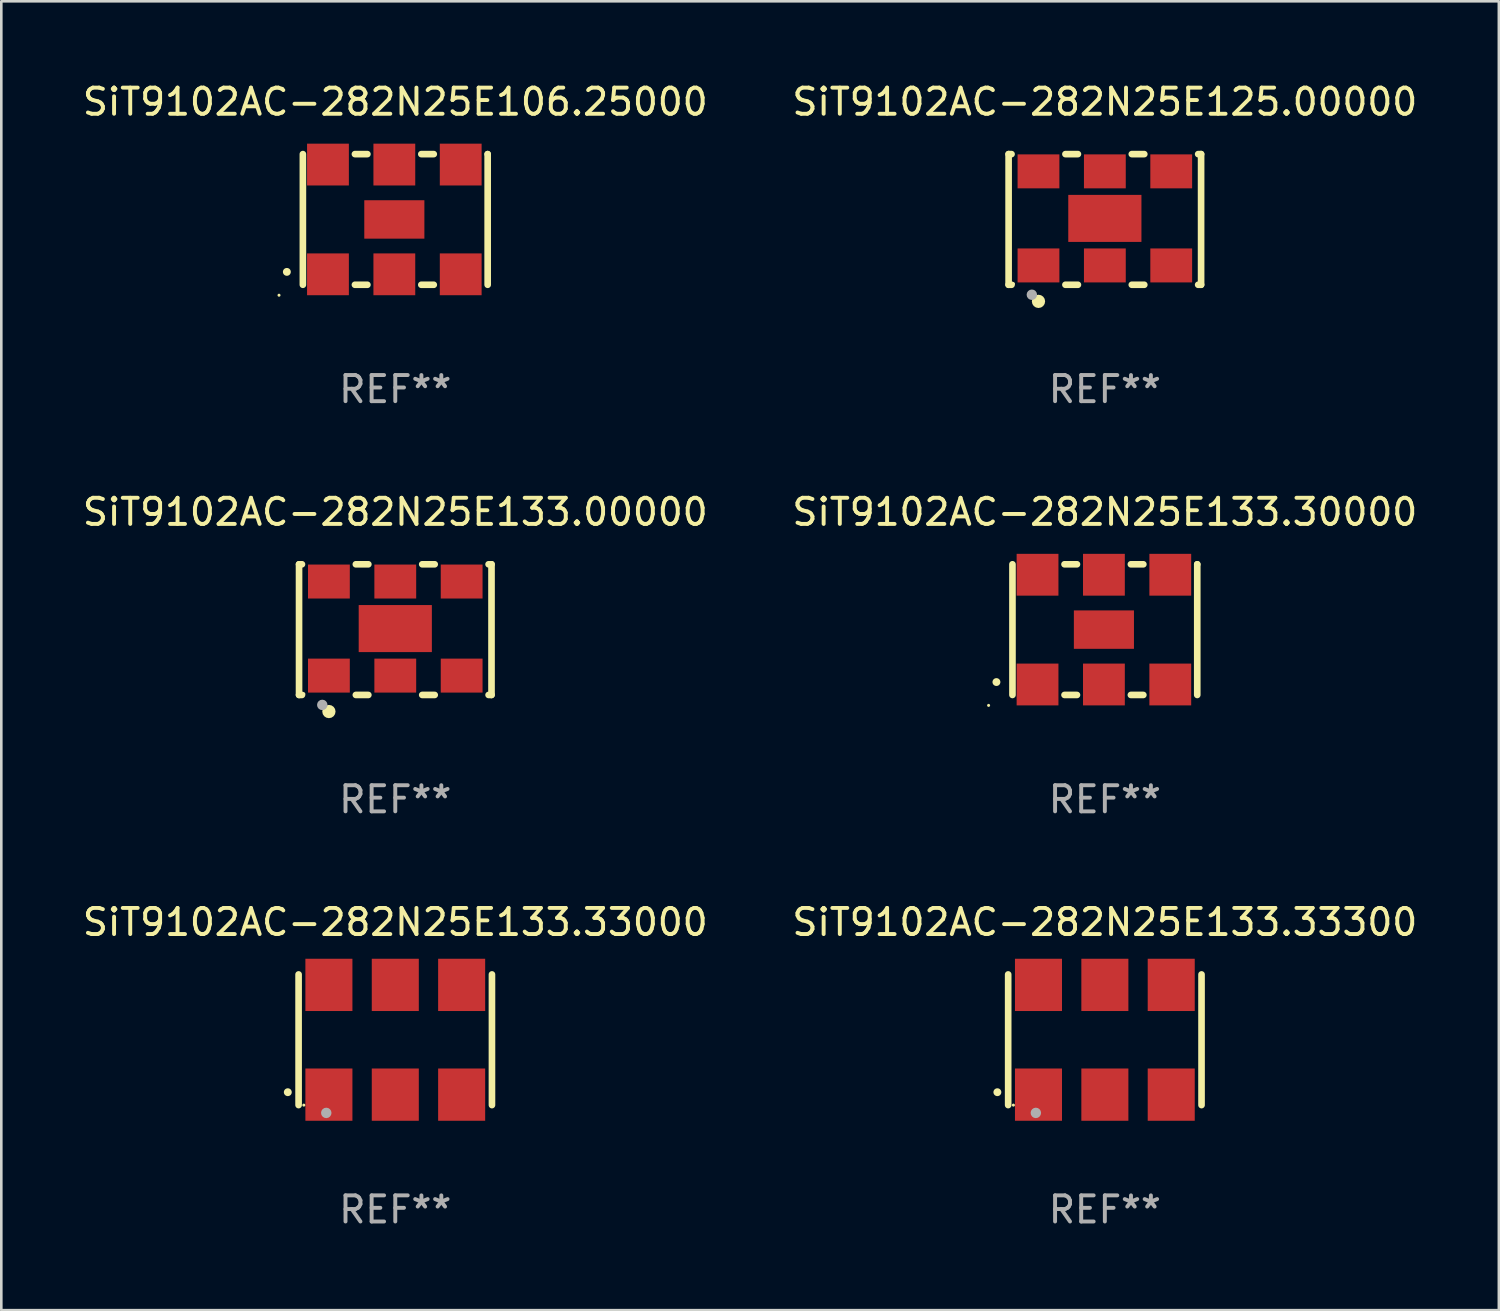
<source format=kicad_pcb>
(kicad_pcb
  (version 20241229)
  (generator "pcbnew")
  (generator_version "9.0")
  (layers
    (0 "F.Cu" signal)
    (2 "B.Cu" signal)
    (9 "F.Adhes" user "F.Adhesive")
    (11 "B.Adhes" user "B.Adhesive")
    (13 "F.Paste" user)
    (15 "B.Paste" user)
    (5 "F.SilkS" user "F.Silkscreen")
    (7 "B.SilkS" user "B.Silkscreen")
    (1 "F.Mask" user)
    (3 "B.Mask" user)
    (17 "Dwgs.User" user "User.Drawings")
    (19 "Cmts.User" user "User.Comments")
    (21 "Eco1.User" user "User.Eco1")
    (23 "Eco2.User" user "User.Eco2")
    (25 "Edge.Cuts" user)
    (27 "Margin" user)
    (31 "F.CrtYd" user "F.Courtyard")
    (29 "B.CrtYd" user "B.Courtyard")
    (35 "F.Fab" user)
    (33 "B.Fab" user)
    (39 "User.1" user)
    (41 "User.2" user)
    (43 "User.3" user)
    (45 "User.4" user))
  (footprint "SiT9102AC-282N25E133.33300"
    (layer "F.Cu")
    (at 39.232 36.741)
    (property "Reference" "SiT9102AC-282N25E133.33300" (at 0 -4.5 0) (layer "F.SilkS") (effects (font (size 1 1) (thickness 0.15))))
    (attr through_hole)
    (fp_line (start -3.7 -2.5) (end -3.7 2.5) (stroke (width 0.254) (type solid)) (layer "F.SilkS"))
    (fp_line (start 3.7 -2.5) (end 3.7 2.5) (stroke (width 0.254) (type solid)) (layer "F.SilkS"))
    (fp_arc (start -4.114415 2.006604) (mid -4.113145 2.006599) (end -4.111875 2.006604) (stroke (width 0.3) (type solid)) (layer "F.SilkS"))
    (fp_circle (center -3.5 2.501) (end -3.47 2.501) (stroke (width 0.06) (type solid)) (fill no) (layer "F.SilkS"))
    (fp_circle (center -2.641 2.799) (end -2.541 2.799) (stroke (width 0.2) (type solid)) (fill no) (layer "F.Fab"))
    (fp_text user "REF**" (at 0 6.5 0) (layer "F.Fab") (effects (font (size 1 1) (thickness 0.15))))
    (pad "1" smd rect (at -2.54 2.1) (size 1.8 2) (layers "F.Cu" "F.Mask" "F.Paste"))
    (pad "2" smd rect (at 0.000394 2.1) (size 1.8 2) (layers "F.Cu" "F.Mask" "F.Paste"))
    (pad "3" smd rect (at 2.54 2.1) (size 1.8 2) (layers "F.Cu" "F.Mask" "F.Paste"))
    (pad "4" smd rect (at 2.54 -2.1) (size 1.8 2) (layers "F.Cu" "F.Mask" "F.Paste"))
    (pad "5" smd rect (at 0.000394 -2.1) (size 1.8 2) (layers "F.Cu" "F.Mask" "F.Paste"))
    (pad "6" smd rect (at -2.54 -2.1) (size 1.8 2) (layers "F.Cu" "F.Mask" "F.Paste")))
  (footprint "SiT9102AC-282N25E133.30000"
    (layer "F.Cu")
    (at 39.232 21.045)
    (property "Reference" "SiT9102AC-282N25E133.30000" (at 0 -4.5 0) (layer "F.SilkS") (effects (font (size 1 1) (thickness 0.15))))
    (attr through_hole)
    (fp_line (start -3.536 -2.5) (end -3.536 2.5) (stroke (width 0.254) (type solid)) (layer "F.SilkS"))
    (fp_line (start -1.544 2.5) (end -1.067 2.5) (stroke (width 0.254) (type solid)) (layer "F.SilkS"))
    (fp_line (start -1.067 -2.5) (end -1.544 -2.5) (stroke (width 0.254) (type solid)) (layer "F.SilkS"))
    (fp_line (start 0.996 2.5) (end 1.473 2.5) (stroke (width 0.254) (type solid)) (layer "F.SilkS"))
    (fp_line (start 1.473 -2.5) (end 0.996 -2.5) (stroke (width 0.254) (type solid)) (layer "F.SilkS"))
    (fp_line (start 3.536 -2.5) (end 3.536 -2.5) (stroke (width 0.254) (type solid)) (layer "F.SilkS"))
    (fp_line (start 3.536 2.5) (end 3.536 -2.5) (stroke (width 0.254) (type solid)) (layer "F.SilkS"))
    (fp_arc (start -4.150432 2.006604) (mid -4.149162 2.006599) (end -4.147892 2.006604) (stroke (width 0.3) (type solid)) (layer "F.SilkS"))
    (fp_circle (center -4.449 2.9) (end -4.419 2.9) (stroke (width 0.06) (type solid)) (fill no) (layer "F.SilkS"))
    (fp_text user "REF**" (at 0 6.5 0) (layer "F.Fab") (effects (font (size 1 1) (thickness 0.15))))
    (pad "1" smd rect (at -2.576 2.1) (size 1.6 1.6) (layers "F.Cu" "F.Mask" "F.Paste"))
    (pad "2" smd rect (at -0.036 2.1) (size 1.6 1.6) (layers "F.Cu" "F.Mask" "F.Paste"))
    (pad "3" smd rect (at 2.504 2.1) (size 1.6 1.6) (layers "F.Cu" "F.Mask" "F.Paste"))
    (pad "4" smd rect (at 2.504 -2.1) (size 1.6 1.6) (layers "F.Cu" "F.Mask" "F.Paste"))
    (pad "5" smd rect (at -0.036 -2.1) (size 1.6 1.6) (layers "F.Cu" "F.Mask" "F.Paste"))
    (pad "6" smd rect (at -2.576 -2.1) (size 1.6 1.6) (layers "F.Cu" "F.Mask" "F.Paste"))
    (pad "7" smd rect (at -0.036 0) (size 2.3 1.47) (layers "F.Cu" "F.Mask" "F.Paste")))
  (footprint "SiT9102AC-282N25E106.25000"
    (layer "F.Cu")
    (at 12.077 5.348)
    (property "Reference" "SiT9102AC-282N25E106.25000" (at 0 -4.5 0) (layer "F.SilkS") (effects (font (size 1 1) (thickness 0.15))))
    (attr through_hole)
    (fp_line (start -3.536 -2.5) (end -3.536 2.5) (stroke (width 0.254) (type solid)) (layer "F.SilkS"))
    (fp_line (start -1.544 2.5) (end -1.067 2.5) (stroke (width 0.254) (type solid)) (layer "F.SilkS"))
    (fp_line (start -1.067 -2.5) (end -1.544 -2.5) (stroke (width 0.254) (type solid)) (layer "F.SilkS"))
    (fp_line (start 0.996 2.5) (end 1.473 2.5) (stroke (width 0.254) (type solid)) (layer "F.SilkS"))
    (fp_line (start 1.473 -2.5) (end 0.996 -2.5) (stroke (width 0.254) (type solid)) (layer "F.SilkS"))
    (fp_line (start 3.536 -2.5) (end 3.536 -2.5) (stroke (width 0.254) (type solid)) (layer "F.SilkS"))
    (fp_line (start 3.536 2.5) (end 3.536 -2.5) (stroke (width 0.254) (type solid)) (layer "F.SilkS"))
    (fp_arc (start -4.150432 2.006604) (mid -4.149162 2.006599) (end -4.147892 2.006604) (stroke (width 0.3) (type solid)) (layer "F.SilkS"))
    (fp_circle (center -4.449 2.9) (end -4.419 2.9) (stroke (width 0.06) (type solid)) (fill no) (layer "F.SilkS"))
    (fp_text user "REF**" (at 0 6.5 0) (layer "F.Fab") (effects (font (size 1 1) (thickness 0.15))))
    (pad "1" smd rect (at -2.576 2.1) (size 1.6 1.6) (layers "F.Cu" "F.Mask" "F.Paste"))
    (pad "2" smd rect (at -0.036 2.1) (size 1.6 1.6) (layers "F.Cu" "F.Mask" "F.Paste"))
    (pad "3" smd rect (at 2.504 2.1) (size 1.6 1.6) (layers "F.Cu" "F.Mask" "F.Paste"))
    (pad "4" smd rect (at 2.504 -2.1) (size 1.6 1.6) (layers "F.Cu" "F.Mask" "F.Paste"))
    (pad "5" smd rect (at -0.036 -2.1) (size 1.6 1.6) (layers "F.Cu" "F.Mask" "F.Paste"))
    (pad "6" smd rect (at -2.576 -2.1) (size 1.6 1.6) (layers "F.Cu" "F.Mask" "F.Paste"))
    (pad "7" smd rect (at -0.036 0) (size 2.3 1.47) (layers "F.Cu" "F.Mask" "F.Paste")))
  (footprint "SiT9102AC-282N25E133.33000"
    (layer "F.Cu")
    (at 12.077 36.741)
    (property "Reference" "SiT9102AC-282N25E133.33000" (at 0 -4.5 0) (layer "F.SilkS") (effects (font (size 1 1) (thickness 0.15))))
    (attr through_hole)
    (fp_line (start -3.7 -2.5) (end -3.7 2.5) (stroke (width 0.254) (type solid)) (layer "F.SilkS"))
    (fp_line (start 3.7 -2.5) (end 3.7 2.5) (stroke (width 0.254) (type solid)) (layer "F.SilkS"))
    (fp_arc (start -4.114415 2.006604) (mid -4.113145 2.006599) (end -4.111875 2.006604) (stroke (width 0.3) (type solid)) (layer "F.SilkS"))
    (fp_circle (center -3.5 2.501) (end -3.47 2.501) (stroke (width 0.06) (type solid)) (fill no) (layer "F.SilkS"))
    (fp_circle (center -2.641 2.799) (end -2.541 2.799) (stroke (width 0.2) (type solid)) (fill no) (layer "F.Fab"))
    (fp_text user "REF**" (at 0 6.5 0) (layer "F.Fab") (effects (font (size 1 1) (thickness 0.15))))
    (pad "1" smd rect (at -2.54 2.1) (size 1.8 2) (layers "F.Cu" "F.Mask" "F.Paste"))
    (pad "2" smd rect (at 0.000394 2.1) (size 1.8 2) (layers "F.Cu" "F.Mask" "F.Paste"))
    (pad "3" smd rect (at 2.54 2.1) (size 1.8 2) (layers "F.Cu" "F.Mask" "F.Paste"))
    (pad "4" smd rect (at 2.54 -2.1) (size 1.8 2) (layers "F.Cu" "F.Mask" "F.Paste"))
    (pad "5" smd rect (at 0.000394 -2.1) (size 1.8 2) (layers "F.Cu" "F.Mask" "F.Paste"))
    (pad "6" smd rect (at -2.54 -2.1) (size 1.8 2) (layers "F.Cu" "F.Mask" "F.Paste")))
  (footprint "SiT9102AC-282N25E125.00000"
    (layer "F.Cu")
    (at 39.232 5.348)
    (property "Reference" "SiT9102AC-282N25E125.00000" (at 0 -4.5 0) (layer "F.SilkS") (effects (font (size 1 1) (thickness 0.15))))
    (attr through_hole)
    (fp_line (start -3.683 -2.5) (end -3.571 -2.5) (stroke (width 0.254) (type solid)) (layer "F.SilkS"))
    (fp_line (start -3.683 2.5) (end -3.683 -2.5) (stroke (width 0.254) (type solid)) (layer "F.SilkS"))
    (fp_line (start -3.683 2.5) (end -3.571 2.5) (stroke (width 0.254) (type solid)) (layer "F.SilkS"))
    (fp_line (start -1.509 -2.5) (end -1.031 -2.5) (stroke (width 0.254) (type solid)) (layer "F.SilkS"))
    (fp_line (start -1.509 2.5) (end -1.031 2.5) (stroke (width 0.254) (type solid)) (layer "F.SilkS"))
    (fp_line (start 1.031 -2.5) (end 1.509 -2.5) (stroke (width 0.254) (type solid)) (layer "F.SilkS"))
    (fp_line (start 1.031 2.5) (end 1.509 2.5) (stroke (width 0.254) (type solid)) (layer "F.SilkS"))
    (fp_line (start 3.571 -2.5) (end 3.683 -2.5) (stroke (width 0.254) (type solid)) (layer "F.SilkS"))
    (fp_line (start 3.571 2.5) (end 3.683 2.5) (stroke (width 0.254) (type solid)) (layer "F.SilkS"))
    (fp_line (start 3.683 2.5) (end 3.683 -2.5) (stroke (width 0.254) (type solid)) (layer "F.SilkS"))
    (fp_circle (center -3.5 2.46) (end -3.47 2.46) (stroke (width 0.06) (type solid)) (fill no) (layer "F.SilkS"))
    (fp_circle (center -2.54 3.135) (end -2.413 3.135) (stroke (width 0.254) (type solid)) (fill no) (layer "F.SilkS"))
    (fp_circle (center -2.794 2.881) (end -2.694 2.881) (stroke (width 0.2) (type solid)) (fill no) (layer "F.Fab"))
    (fp_text user "REF**" (at 0 6.5 0) (layer "F.Fab") (effects (font (size 1 1) (thickness 0.15))))
    (pad "1" smd rect (at -2.54 1.76) (size 1.6 1.3) (layers "F.Cu" "F.Mask" "F.Paste"))
    (pad "2" smd rect (at 0 1.76) (size 1.6 1.3) (layers "F.Cu" "F.Mask" "F.Paste"))
    (pad "3" smd rect (at 2.54 1.76) (size 1.6 1.3) (layers "F.Cu" "F.Mask" "F.Paste"))
    (pad "4" smd rect (at 2.54 -1.84) (size 1.6 1.3) (layers "F.Cu" "F.Mask" "F.Paste"))
    (pad "5" smd rect (at 0 -1.84) (size 1.6 1.3) (layers "F.Cu" "F.Mask" "F.Paste"))
    (pad "6" smd rect (at -2.54 -1.84) (size 1.6 1.3) (layers "F.Cu" "F.Mask" "F.Paste"))
    (pad "7" smd rect (at 0 -0.04) (size 2.8 1.8) (layers "F.Cu" "F.Mask" "F.Paste")))
  (footprint "SiT9102AC-282N25E133.00000"
    (layer "F.Cu")
    (at 12.077 21.045)
    (property "Reference" "SiT9102AC-282N25E133.00000" (at 0 -4.5 0) (layer "F.SilkS") (effects (font (size 1 1) (thickness 0.15))))
    (attr through_hole)
    (fp_line (start -3.683 -2.5) (end -3.571 -2.5) (stroke (width 0.254) (type solid)) (layer "F.SilkS"))
    (fp_line (start -3.683 2.5) (end -3.683 -2.5) (stroke (width 0.254) (type solid)) (layer "F.SilkS"))
    (fp_line (start -3.683 2.5) (end -3.571 2.5) (stroke (width 0.254) (type solid)) (layer "F.SilkS"))
    (fp_line (start -1.509 -2.5) (end -1.031 -2.5) (stroke (width 0.254) (type solid)) (layer "F.SilkS"))
    (fp_line (start -1.509 2.5) (end -1.031 2.5) (stroke (width 0.254) (type solid)) (layer "F.SilkS"))
    (fp_line (start 1.031 -2.5) (end 1.509 -2.5) (stroke (width 0.254) (type solid)) (layer "F.SilkS"))
    (fp_line (start 1.031 2.5) (end 1.509 2.5) (stroke (width 0.254) (type solid)) (layer "F.SilkS"))
    (fp_line (start 3.571 -2.5) (end 3.683 -2.5) (stroke (width 0.254) (type solid)) (layer "F.SilkS"))
    (fp_line (start 3.571 2.5) (end 3.683 2.5) (stroke (width 0.254) (type solid)) (layer "F.SilkS"))
    (fp_line (start 3.683 2.5) (end 3.683 -2.5) (stroke (width 0.254) (type solid)) (layer "F.SilkS"))
    (fp_circle (center -3.5 2.46) (end -3.47 2.46) (stroke (width 0.06) (type solid)) (fill no) (layer "F.SilkS"))
    (fp_circle (center -2.54 3.135) (end -2.413 3.135) (stroke (width 0.254) (type solid)) (fill no) (layer "F.SilkS"))
    (fp_circle (center -2.794 2.881) (end -2.694 2.881) (stroke (width 0.2) (type solid)) (fill no) (layer "F.Fab"))
    (fp_text user "REF**" (at 0 6.5 0) (layer "F.Fab") (effects (font (size 1 1) (thickness 0.15))))
    (pad "1" smd rect (at -2.54 1.76) (size 1.6 1.3) (layers "F.Cu" "F.Mask" "F.Paste"))
    (pad "2" smd rect (at 0 1.76) (size 1.6 1.3) (layers "F.Cu" "F.Mask" "F.Paste"))
    (pad "3" smd rect (at 2.54 1.76) (size 1.6 1.3) (layers "F.Cu" "F.Mask" "F.Paste"))
    (pad "4" smd rect (at 2.54 -1.84) (size 1.6 1.3) (layers "F.Cu" "F.Mask" "F.Paste"))
    (pad "5" smd rect (at 0 -1.84) (size 1.6 1.3) (layers "F.Cu" "F.Mask" "F.Paste"))
    (pad "6" smd rect (at -2.54 -1.84) (size 1.6 1.3) (layers "F.Cu" "F.Mask" "F.Paste"))
    (pad "7" smd rect (at 0 -0.04) (size 2.8 1.8) (layers "F.Cu" "F.Mask" "F.Paste")))
  (gr_rect
    (start -3 -3)
    (end 54.31 47.09)
    (stroke (width 0.1) (type default))
    (fill no)
    (layer "Edge.Cuts")))
</source>
